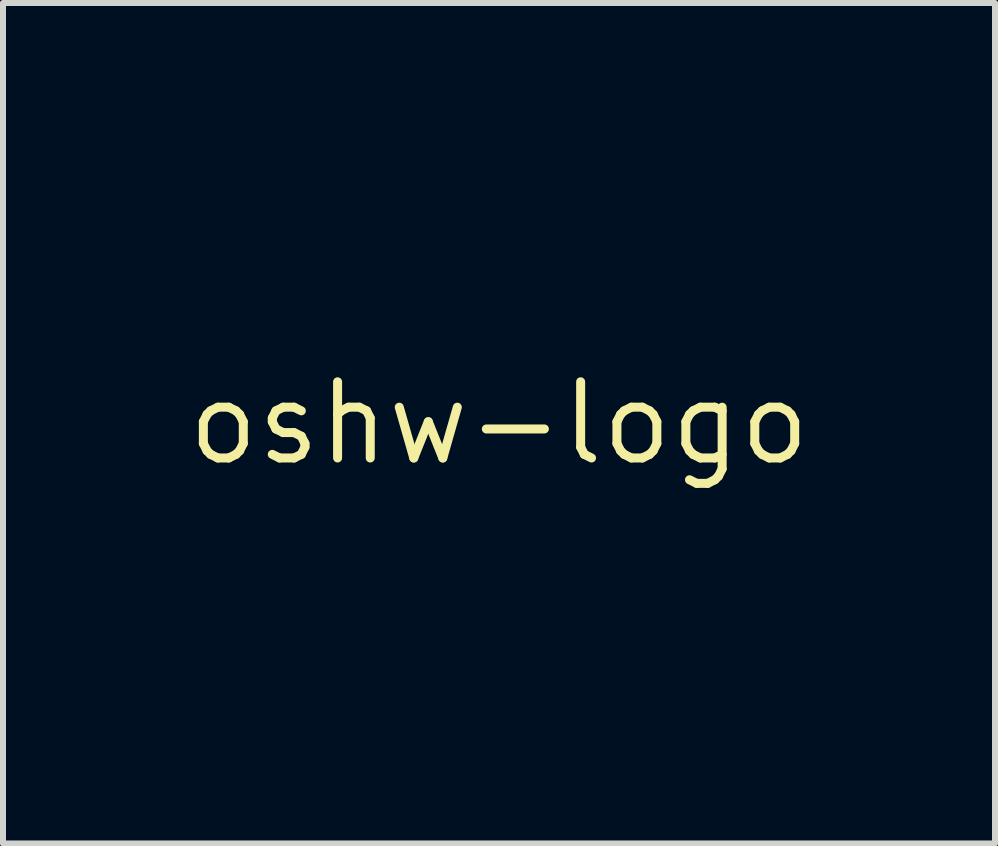
<source format=kicad_pcb>
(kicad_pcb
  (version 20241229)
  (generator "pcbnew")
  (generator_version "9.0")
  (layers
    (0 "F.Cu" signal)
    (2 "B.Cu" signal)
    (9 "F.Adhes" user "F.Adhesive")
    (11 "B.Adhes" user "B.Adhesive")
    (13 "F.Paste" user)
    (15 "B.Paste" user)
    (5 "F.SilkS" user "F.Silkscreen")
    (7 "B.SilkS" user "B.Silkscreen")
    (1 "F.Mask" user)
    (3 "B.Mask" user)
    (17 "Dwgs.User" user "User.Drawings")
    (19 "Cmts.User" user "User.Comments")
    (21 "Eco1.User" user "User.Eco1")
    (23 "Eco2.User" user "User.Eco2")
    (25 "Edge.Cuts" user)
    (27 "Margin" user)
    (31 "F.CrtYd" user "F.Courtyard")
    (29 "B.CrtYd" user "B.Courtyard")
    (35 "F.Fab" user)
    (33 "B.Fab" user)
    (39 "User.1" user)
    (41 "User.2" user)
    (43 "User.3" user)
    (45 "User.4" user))
  (footprint "oshw-logo"
    (layer "F.Cu")
    (at 5.269 4.005)
    (property "Reference" "oshw-logo" (at 0 0 0) (layer "F.SilkS") (effects (font (size 1.27 1.27) (thickness 0.15))))
    (attr through_hole)
    (fp_poly (pts (xy 2.151 3.189) (xy 2.203 3.201) (xy 2.252 3.223) (xy 2.256 3.225) (xy 2.272 3.237) (xy 2.283 3.246) (xy 2.286 3.25) (xy 2.282 3.257) (xy 2.272 3.271) (xy 2.257 3.29) (xy 2.239 3.311) (xy 2.22 3.334) (xy 2.202 3.354) (xy 2.186 3.371) (xy 2.176 3.382) (xy 2.172 3.385) (xy 2.164 3.382) (xy 2.149 3.374) (xy 2.137 3.368) (xy 2.121 3.359) (xy 2.105 3.355) (xy 2.087 3.353) (xy 2.061 3.354) (xy 2.058 3.354) (xy 2.03 3.356) (xy 2.011 3.359) (xy 1.996 3.365) (xy 1.98 3.375) (xy 1.96 3.393) (xy 1.942 3.415) (xy 1.937 3.423) (xy 1.921 3.451) (xy 1.915 3.991) (xy 1.834 3.993) (xy 1.753 3.995) (xy 1.753 3.194) (xy 1.834 3.195) (xy 1.915 3.197) (xy 1.918 3.271) (xy 1.945 3.248) (xy 1.992 3.218) (xy 2.043 3.198) (xy 2.097 3.188) (xy 2.151 3.189)) (stroke (width 0.01) (type solid)) (fill yes) (layer "F.Mask"))
    (fp_poly (pts (xy 2.342 1.933) (xy 2.388 1.943) (xy 2.434 1.961) (xy 2.465 1.978) (xy 2.489 1.994) (xy 2.431 2.064) (xy 2.41 2.089) (xy 2.393 2.11) (xy 2.379 2.125) (xy 2.372 2.133) (xy 2.372 2.134) (xy 2.366 2.131) (xy 2.352 2.123) (xy 2.339 2.116) (xy 2.319 2.106) (xy 2.3 2.101) (xy 2.276 2.099) (xy 2.264 2.099) (xy 2.219 2.104) (xy 2.183 2.118) (xy 2.154 2.142) (xy 2.131 2.177) (xy 2.128 2.184) (xy 2.125 2.192) (xy 2.122 2.2) (xy 2.12 2.21) (xy 2.118 2.223) (xy 2.117 2.24) (xy 2.116 2.263) (xy 2.115 2.293) (xy 2.115 2.331) (xy 2.115 2.378) (xy 2.115 2.436) (xy 2.115 2.475) (xy 2.115 2.737) (xy 1.949 2.737) (xy 1.949 1.943) (xy 2.115 1.943) (xy 2.115 2.021) (xy 2.141 1.997) (xy 2.18 1.969) (xy 2.227 1.948) (xy 2.278 1.935) (xy 2.327 1.932) (xy 2.342 1.933)) (stroke (width 0.01) (type solid)) (fill yes) (layer "F.Mask"))
    (fp_poly (pts (xy -1.058 3.191) (xy -1.035 3.192) (xy -1.018 3.195) (xy -1.002 3.2) (xy -0.984 3.208) (xy -0.977 3.211) (xy -0.953 3.223) (xy -0.937 3.233) (xy -0.929 3.242) (xy -0.928 3.254) (xy -0.936 3.268) (xy -0.951 3.289) (xy -0.975 3.317) (xy -0.978 3.321) (xy -1.036 3.39) (xy -1.062 3.373) (xy -1.088 3.361) (xy -1.122 3.354) (xy -1.157 3.353) (xy -1.19 3.357) (xy -1.197 3.359) (xy -1.228 3.375) (xy -1.255 3.4) (xy -1.277 3.431) (xy -1.279 3.435) (xy -1.282 3.443) (xy -1.285 3.451) (xy -1.287 3.461) (xy -1.289 3.474) (xy -1.29 3.491) (xy -1.291 3.514) (xy -1.292 3.543) (xy -1.293 3.581) (xy -1.293 3.628) (xy -1.294 3.686) (xy -1.294 3.729) (xy -1.296 3.994) (xy -1.46 3.994) (xy -1.46 3.194) (xy -1.295 3.194) (xy -1.295 3.278) (xy -1.263 3.249) (xy -1.232 3.225) (xy -1.2 3.208) (xy -1.165 3.197) (xy -1.122 3.192) (xy -1.089 3.191) (xy -1.058 3.191)) (stroke (width 0.01) (type solid)) (fill yes) (layer "F.Mask"))
    (fp_poly (pts (xy -1.047 1.942) (xy -0.999 1.961) (xy -0.954 1.989) (xy -0.915 2.025) (xy -0.884 2.069) (xy -0.88 2.079) (xy -0.872 2.095) (xy -0.865 2.112) (xy -0.86 2.13) (xy -0.855 2.15) (xy -0.852 2.174) (xy -0.849 2.203) (xy -0.848 2.238) (xy -0.846 2.281) (xy -0.845 2.332) (xy -0.845 2.394) (xy -0.845 2.466) (xy -0.845 2.478) (xy -0.845 2.737) (xy -1.01 2.737) (xy -1.01 2.494) (xy -1.01 2.424) (xy -1.01 2.366) (xy -1.011 2.317) (xy -1.013 2.278) (xy -1.015 2.247) (xy -1.018 2.221) (xy -1.022 2.201) (xy -1.027 2.185) (xy -1.034 2.172) (xy -1.042 2.16) (xy -1.047 2.153) (xy -1.077 2.124) (xy -1.112 2.106) (xy -1.153 2.099) (xy -1.165 2.099) (xy -1.211 2.104) (xy -1.25 2.119) (xy -1.281 2.145) (xy -1.304 2.179) (xy -1.314 2.207) (xy -1.316 2.221) (xy -1.317 2.248) (xy -1.319 2.287) (xy -1.32 2.337) (xy -1.321 2.399) (xy -1.321 2.473) (xy -1.321 2.484) (xy -1.321 2.737) (xy -1.486 2.737) (xy -1.486 1.943) (xy -1.321 1.943) (xy -1.321 2.021) (xy -1.295 1.997) (xy -1.251 1.965) (xy -1.202 1.945) (xy -1.151 1.934) (xy -1.099 1.933) (xy -1.047 1.942)) (stroke (width 0.01) (type solid)) (fill yes) (layer "F.Mask"))
    (fp_poly (pts (xy 1.303 2.205) (xy 1.304 2.273) (xy 1.304 2.33) (xy 1.305 2.376) (xy 1.306 2.414) (xy 1.308 2.444) (xy 1.311 2.467) (xy 1.314 2.485) (xy 1.319 2.5) (xy 1.325 2.511) (xy 1.333 2.522) (xy 1.342 2.532) (xy 1.351 2.541) (xy 1.381 2.564) (xy 1.417 2.578) (xy 1.456 2.583) (xy 1.496 2.579) (xy 1.532 2.567) (xy 1.564 2.546) (xy 1.581 2.527) (xy 1.589 2.516) (xy 1.595 2.504) (xy 1.6 2.492) (xy 1.604 2.476) (xy 1.607 2.457) (xy 1.609 2.432) (xy 1.611 2.4) (xy 1.612 2.361) (xy 1.613 2.313) (xy 1.613 2.255) (xy 1.613 2.196) (xy 1.613 1.943) (xy 1.778 1.943) (xy 1.778 2.737) (xy 1.613 2.737) (xy 1.613 2.659) (xy 1.588 2.682) (xy 1.544 2.713) (xy 1.493 2.735) (xy 1.439 2.747) (xy 1.384 2.747) (xy 1.341 2.74) (xy 1.286 2.719) (xy 1.238 2.688) (xy 1.198 2.647) (xy 1.167 2.597) (xy 1.154 2.566) (xy 1.151 2.557) (xy 1.148 2.548) (xy 1.146 2.537) (xy 1.144 2.524) (xy 1.143 2.506) (xy 1.142 2.483) (xy 1.141 2.454) (xy 1.14 2.417) (xy 1.139 2.371) (xy 1.139 2.316) (xy 1.138 2.248) (xy 1.138 2.237) (xy 1.136 1.943) (xy 1.301 1.943) (xy 1.303 2.205)) (stroke (width 0.01) (type solid)) (fill yes) (layer "F.Mask"))
    (fp_poly (pts (xy -1.902 1.936) (xy -1.847 1.948) (xy -1.794 1.969) (xy -1.745 2) (xy -1.703 2.039) (xy -1.668 2.086) (xy -1.658 2.104) (xy -1.643 2.137) (xy -1.632 2.17) (xy -1.625 2.204) (xy -1.621 2.243) (xy -1.619 2.291) (xy -1.619 2.31) (xy -1.619 2.4) (xy -2.116 2.4) (xy -2.111 2.427) (xy -2.099 2.479) (xy -2.079 2.521) (xy -2.051 2.553) (xy -2.014 2.576) (xy -1.97 2.588) (xy -1.925 2.592) (xy -1.871 2.585) (xy -1.82 2.567) (xy -1.782 2.543) (xy -1.763 2.53) (xy -1.749 2.525) (xy -1.745 2.525) (xy -1.737 2.531) (xy -1.722 2.543) (xy -1.701 2.56) (xy -1.684 2.575) (xy -1.631 2.619) (xy -1.668 2.653) (xy -1.72 2.692) (xy -1.779 2.722) (xy -1.844 2.74) (xy -1.912 2.748) (xy -1.982 2.745) (xy -1.998 2.743) (xy -2.062 2.726) (xy -2.117 2.7) (xy -2.164 2.665) (xy -2.203 2.62) (xy -2.234 2.566) (xy -2.256 2.502) (xy -2.27 2.43) (xy -2.275 2.348) (xy -2.275 2.343) (xy -2.271 2.267) (xy -2.115 2.267) (xy -1.783 2.267) (xy -1.786 2.236) (xy -1.796 2.196) (xy -1.814 2.16) (xy -1.839 2.129) (xy -1.868 2.106) (xy -1.892 2.095) (xy -1.923 2.09) (xy -1.958 2.09) (xy -1.991 2.094) (xy -2.016 2.101) (xy -2.05 2.123) (xy -2.078 2.155) (xy -2.099 2.195) (xy -2.111 2.24) (xy -2.115 2.267) (xy -2.271 2.267) (xy -2.271 2.263) (xy -2.26 2.193) (xy -2.24 2.131) (xy -2.212 2.077) (xy -2.176 2.03) (xy -2.168 2.023) (xy -2.122 1.985) (xy -2.071 1.957) (xy -2.016 1.94) (xy -1.959 1.933) (xy -1.902 1.936)) (stroke (width 0.01) (type solid)) (fill yes) (layer "F.Mask"))
    (fp_poly (pts (xy 2.685 3.194) (xy 2.744 3.211) (xy 2.798 3.238) (xy 2.846 3.276) (xy 2.885 3.321) (xy 2.916 3.375) (xy 2.937 3.436) (xy 2.937 3.437) (xy 2.942 3.466) (xy 2.945 3.505) (xy 2.946 3.553) (xy 2.946 3.567) (xy 2.946 3.658) (xy 2.45 3.658) (xy 2.455 3.688) (xy 2.467 3.736) (xy 2.488 3.776) (xy 2.519 3.808) (xy 2.55 3.828) (xy 2.568 3.836) (xy 2.586 3.841) (xy 2.607 3.844) (xy 2.635 3.844) (xy 2.688 3.84) (xy 2.734 3.827) (xy 2.774 3.804) (xy 2.787 3.794) (xy 2.813 3.771) (xy 2.863 3.812) (xy 2.891 3.835) (xy 2.909 3.852) (xy 2.92 3.864) (xy 2.923 3.874) (xy 2.919 3.884) (xy 2.909 3.894) (xy 2.894 3.909) (xy 2.848 3.944) (xy 2.793 3.973) (xy 2.74 3.991) (xy 2.709 3.996) (xy 2.671 3.999) (xy 2.628 4) (xy 2.588 3.998) (xy 2.553 3.994) (xy 2.542 3.991) (xy 2.489 3.973) (xy 2.439 3.945) (xy 2.394 3.911) (xy 2.359 3.87) (xy 2.348 3.853) (xy 2.324 3.803) (xy 2.306 3.744) (xy 2.294 3.679) (xy 2.289 3.61) (xy 2.292 3.542) (xy 2.293 3.532) (xy 2.295 3.518) (xy 2.451 3.518) (xy 2.783 3.518) (xy 2.779 3.488) (xy 2.77 3.451) (xy 2.754 3.417) (xy 2.734 3.387) (xy 2.717 3.372) (xy 2.68 3.353) (xy 2.638 3.343) (xy 2.595 3.343) (xy 2.555 3.353) (xy 2.538 3.36) (xy 2.507 3.384) (xy 2.483 3.415) (xy 2.465 3.455) (xy 2.455 3.497) (xy 2.451 3.518) (xy 2.295 3.518) (xy 2.304 3.46) (xy 2.321 3.397) (xy 2.346 3.344) (xy 2.378 3.298) (xy 2.404 3.271) (xy 2.448 3.235) (xy 2.492 3.211) (xy 2.541 3.195) (xy 2.597 3.188) (xy 2.621 3.188) (xy 2.685 3.194)) (stroke (width 0.01) (type solid)) (fill yes) (layer "F.Mask"))
    (fp_poly (pts (xy 2.868 1.934) (xy 2.913 1.944) (xy 2.958 1.958) (xy 2.988 1.971) (xy 3.008 1.983) (xy 3.031 1.998) (xy 3.055 2.016) (xy 3.077 2.034) (xy 3.096 2.05) (xy 3.108 2.063) (xy 3.111 2.07) (xy 3.107 2.076) (xy 3.095 2.089) (xy 3.077 2.106) (xy 3.055 2.126) (xy 3.054 2.127) (xy 2.996 2.179) (xy 2.968 2.152) (xy 2.935 2.127) (xy 2.903 2.11) (xy 2.867 2.101) (xy 2.825 2.099) (xy 2.796 2.099) (xy 2.776 2.102) (xy 2.758 2.107) (xy 2.738 2.116) (xy 2.733 2.118) (xy 2.699 2.14) (xy 2.672 2.167) (xy 2.653 2.201) (xy 2.64 2.243) (xy 2.634 2.294) (xy 2.632 2.34) (xy 2.635 2.4) (xy 2.643 2.449) (xy 2.658 2.489) (xy 2.679 2.521) (xy 2.707 2.547) (xy 2.732 2.562) (xy 2.781 2.579) (xy 2.83 2.584) (xy 2.878 2.577) (xy 2.924 2.559) (xy 2.964 2.53) (xy 2.996 2.502) (xy 3.054 2.554) (xy 3.076 2.574) (xy 3.094 2.591) (xy 3.107 2.604) (xy 3.111 2.61) (xy 3.111 2.61) (xy 3.107 2.619) (xy 3.093 2.632) (xy 3.074 2.649) (xy 3.052 2.667) (xy 3.028 2.685) (xy 3.005 2.7) (xy 2.992 2.707) (xy 2.93 2.733) (xy 2.865 2.746) (xy 2.797 2.747) (xy 2.743 2.74) (xy 2.682 2.72) (xy 2.626 2.691) (xy 2.577 2.652) (xy 2.537 2.605) (xy 2.513 2.564) (xy 2.488 2.503) (xy 2.473 2.436) (xy 2.466 2.366) (xy 2.467 2.295) (xy 2.476 2.226) (xy 2.494 2.161) (xy 2.52 2.103) (xy 2.53 2.086) (xy 2.556 2.052) (xy 2.59 2.019) (xy 2.627 1.989) (xy 2.663 1.968) (xy 2.664 1.967) (xy 2.698 1.954) (xy 2.739 1.943) (xy 2.78 1.935) (xy 2.818 1.931) (xy 2.828 1.931) (xy 2.868 1.934)) (stroke (width 0.01) (type solid)) (fill yes) (layer "F.Mask"))
    (fp_poly (pts (xy 3.532 1.936) (xy 3.589 1.951) (xy 3.644 1.976) (xy 3.694 2.011) (xy 3.712 2.028) (xy 3.746 2.067) (xy 3.771 2.108) (xy 3.79 2.155) (xy 3.802 2.208) (xy 3.809 2.271) (xy 3.81 2.319) (xy 3.81 2.4) (xy 3.313 2.4) (xy 3.317 2.433) (xy 3.326 2.473) (xy 3.343 2.51) (xy 3.367 2.542) (xy 3.383 2.557) (xy 3.413 2.575) (xy 3.446 2.586) (xy 3.486 2.591) (xy 3.505 2.592) (xy 3.555 2.586) (xy 3.602 2.57) (xy 3.645 2.543) (xy 3.677 2.52) (xy 3.713 2.549) (xy 3.742 2.574) (xy 3.763 2.591) (xy 3.777 2.604) (xy 3.784 2.613) (xy 3.787 2.619) (xy 3.787 2.625) (xy 3.785 2.628) (xy 3.774 2.641) (xy 3.755 2.657) (xy 3.731 2.676) (xy 3.704 2.693) (xy 3.677 2.709) (xy 3.654 2.72) (xy 3.653 2.721) (xy 3.591 2.739) (xy 3.524 2.748) (xy 3.458 2.746) (xy 3.419 2.74) (xy 3.356 2.721) (xy 3.302 2.694) (xy 3.256 2.657) (xy 3.218 2.611) (xy 3.189 2.555) (xy 3.166 2.489) (xy 3.165 2.486) (xy 3.159 2.452) (xy 3.154 2.408) (xy 3.153 2.36) (xy 3.153 2.31) (xy 3.156 2.267) (xy 3.313 2.267) (xy 3.646 2.267) (xy 3.642 2.237) (xy 3.629 2.189) (xy 3.608 2.15) (xy 3.579 2.12) (xy 3.542 2.1) (xy 3.498 2.09) (xy 3.478 2.089) (xy 3.432 2.095) (xy 3.393 2.111) (xy 3.361 2.137) (xy 3.337 2.173) (xy 3.321 2.218) (xy 3.318 2.237) (xy 3.313 2.267) (xy 3.156 2.267) (xy 3.156 2.261) (xy 3.161 2.219) (xy 3.167 2.19) (xy 3.189 2.128) (xy 3.217 2.075) (xy 3.253 2.03) (xy 3.26 2.022) (xy 3.307 1.984) (xy 3.359 1.956) (xy 3.415 1.939) (xy 3.474 1.932) (xy 3.532 1.936)) (stroke (width 0.01) (type solid)) (fill yes) (layer "F.Mask"))
    (fp_poly (pts (xy 0.711 1.934) (xy 0.774 1.945) (xy 0.829 1.966) (xy 0.878 1.996) (xy 0.92 2.036) (xy 0.946 2.068) (xy 0.967 2.101) (xy 0.982 2.138) (xy 0.993 2.179) (xy 1 2.229) (xy 1.004 2.287) (xy 1.005 2.343) (xy 1.004 2.41) (xy 0.999 2.466) (xy 0.991 2.513) (xy 0.979 2.554) (xy 0.962 2.59) (xy 0.94 2.622) (xy 0.912 2.653) (xy 0.904 2.661) (xy 0.856 2.699) (xy 0.801 2.726) (xy 0.741 2.744) (xy 0.679 2.75) (xy 0.615 2.744) (xy 0.596 2.74) (xy 0.536 2.719) (xy 0.483 2.688) (xy 0.437 2.647) (xy 0.4 2.598) (xy 0.373 2.542) (xy 0.364 2.514) (xy 0.359 2.488) (xy 0.355 2.453) (xy 0.353 2.411) (xy 0.352 2.364) (xy 0.352 2.316) (xy 0.352 2.312) (xy 0.515 2.312) (xy 0.515 2.362) (xy 0.517 2.4) (xy 0.518 2.429) (xy 0.52 2.45) (xy 0.523 2.466) (xy 0.527 2.48) (xy 0.533 2.494) (xy 0.534 2.496) (xy 0.558 2.533) (xy 0.589 2.56) (xy 0.627 2.576) (xy 0.672 2.582) (xy 0.687 2.582) (xy 0.718 2.579) (xy 0.744 2.57) (xy 0.763 2.561) (xy 0.794 2.537) (xy 0.817 2.504) (xy 0.833 2.463) (xy 0.838 2.435) (xy 0.843 2.387) (xy 0.844 2.337) (xy 0.842 2.289) (xy 0.837 2.244) (xy 0.83 2.206) (xy 0.82 2.179) (xy 0.796 2.146) (xy 0.766 2.122) (xy 0.73 2.105) (xy 0.691 2.098) (xy 0.652 2.099) (xy 0.614 2.109) (xy 0.58 2.128) (xy 0.552 2.156) (xy 0.548 2.161) (xy 0.535 2.183) (xy 0.526 2.207) (xy 0.52 2.235) (xy 0.516 2.269) (xy 0.515 2.312) (xy 0.352 2.312) (xy 0.353 2.27) (xy 0.355 2.227) (xy 0.359 2.192) (xy 0.364 2.166) (xy 0.364 2.166) (xy 0.386 2.108) (xy 0.418 2.057) (xy 0.459 2.013) (xy 0.507 1.978) (xy 0.561 1.952) (xy 0.62 1.936) (xy 0.682 1.932) (xy 0.711 1.934)) (stroke (width 0.01) (type solid)) (fill yes) (layer "F.Mask"))
    (fp_poly (pts (xy -3.443 1.934) (xy -3.384 1.945) (xy -3.327 1.968) (xy -3.276 2) (xy -3.246 2.028) (xy -3.208 2.075) (xy -3.18 2.126) (xy -3.163 2.179) (xy -3.162 2.181) (xy -3.158 2.212) (xy -3.154 2.252) (xy -3.152 2.297) (xy -3.151 2.344) (xy -3.152 2.389) (xy -3.154 2.428) (xy -3.155 2.445) (xy -3.164 2.5) (xy -3.177 2.546) (xy -3.195 2.586) (xy -3.216 2.619) (xy -3.259 2.667) (xy -3.309 2.704) (xy -3.365 2.73) (xy -3.425 2.745) (xy -3.49 2.749) (xy -3.557 2.741) (xy -3.561 2.74) (xy -3.615 2.722) (xy -3.666 2.694) (xy -3.711 2.656) (xy -3.749 2.612) (xy -3.777 2.563) (xy -3.785 2.543) (xy -3.795 2.504) (xy -3.803 2.454) (xy -3.807 2.399) (xy -3.808 2.378) (xy -3.644 2.378) (xy -3.64 2.432) (xy -3.631 2.476) (xy -3.616 2.512) (xy -3.596 2.539) (xy -3.57 2.56) (xy -3.537 2.575) (xy -3.535 2.576) (xy -3.5 2.582) (xy -3.461 2.581) (xy -3.423 2.574) (xy -3.399 2.564) (xy -3.371 2.546) (xy -3.35 2.522) (xy -3.334 2.491) (xy -3.323 2.451) (xy -3.317 2.402) (xy -3.316 2.343) (xy -3.316 2.312) (xy -3.32 2.26) (xy -3.325 2.218) (xy -3.335 2.185) (xy -3.348 2.16) (xy -3.367 2.139) (xy -3.391 2.122) (xy -3.4 2.117) (xy -3.42 2.107) (xy -3.438 2.102) (xy -3.461 2.099) (xy -3.48 2.099) (xy -3.508 2.1) (xy -3.528 2.103) (xy -3.547 2.11) (xy -3.56 2.117) (xy -3.586 2.134) (xy -3.606 2.153) (xy -3.621 2.177) (xy -3.632 2.208) (xy -3.639 2.246) (xy -3.643 2.295) (xy -3.643 2.312) (xy -3.644 2.378) (xy -3.808 2.378) (xy -3.809 2.34) (xy -3.808 2.296) (xy -3.805 2.248) (xy -3.801 2.211) (xy -3.796 2.181) (xy -3.79 2.154) (xy -3.78 2.129) (xy -3.769 2.104) (xy -3.746 2.067) (xy -3.715 2.03) (xy -3.679 1.997) (xy -3.642 1.971) (xy -3.628 1.964) (xy -3.568 1.943) (xy -3.505 1.933) (xy -3.443 1.934)) (stroke (width 0.01) (type solid)) (fill yes) (layer "F.Mask"))
    (fp_poly (pts (xy -0.279 3.994) (xy -0.445 3.994) (xy -0.445 3.917) (xy -0.462 3.93) (xy -0.508 3.962) (xy -0.552 3.984) (xy -0.596 3.996) (xy -0.645 4) (xy -0.653 4) (xy -0.681 3.999) (xy -0.707 3.996) (xy -0.727 3.992) (xy -0.727 3.992) (xy -0.781 3.968) (xy -0.828 3.935) (xy -0.865 3.894) (xy -0.893 3.844) (xy -0.909 3.794) (xy -0.912 3.773) (xy -0.914 3.742) (xy -0.916 3.703) (xy -0.917 3.658) (xy -0.918 3.611) (xy -0.918 3.594) (xy -0.756 3.594) (xy -0.754 3.653) (xy -0.749 3.702) (xy -0.739 3.741) (xy -0.726 3.773) (xy -0.707 3.798) (xy -0.701 3.805) (xy -0.683 3.819) (xy -0.664 3.828) (xy -0.641 3.833) (xy -0.61 3.835) (xy -0.603 3.835) (xy -0.567 3.833) (xy -0.539 3.827) (xy -0.529 3.823) (xy -0.501 3.804) (xy -0.477 3.775) (xy -0.46 3.739) (xy -0.456 3.726) (xy -0.452 3.703) (xy -0.45 3.669) (xy -0.448 3.627) (xy -0.448 3.594) (xy -0.448 3.543) (xy -0.451 3.502) (xy -0.456 3.469) (xy -0.463 3.443) (xy -0.473 3.42) (xy -0.484 3.403) (xy -0.507 3.378) (xy -0.537 3.362) (xy -0.575 3.354) (xy -0.601 3.353) (xy -0.636 3.354) (xy -0.663 3.36) (xy -0.684 3.37) (xy -0.701 3.383) (xy -0.721 3.407) (xy -0.736 3.437) (xy -0.746 3.474) (xy -0.753 3.519) (xy -0.755 3.575) (xy -0.756 3.594) (xy -0.918 3.594) (xy -0.918 3.562) (xy -0.917 3.515) (xy -0.915 3.472) (xy -0.914 3.435) (xy -0.911 3.407) (xy -0.909 3.394) (xy -0.89 3.338) (xy -0.861 3.29) (xy -0.823 3.249) (xy -0.775 3.217) (xy -0.764 3.211) (xy -0.744 3.202) (xy -0.727 3.196) (xy -0.71 3.193) (xy -0.689 3.191) (xy -0.66 3.191) (xy -0.651 3.191) (xy -0.618 3.191) (xy -0.595 3.193) (xy -0.577 3.196) (xy -0.561 3.201) (xy -0.546 3.207) (xy -0.521 3.221) (xy -0.494 3.238) (xy -0.478 3.25) (xy -0.445 3.277) (xy -0.445 2.877) (xy -0.279 2.877) (xy -0.279 3.994)) (stroke (width 0.01) (type solid)) (fill yes) (layer "F.Mask"))
    (fp_poly (pts (xy 0.047 3.469) (xy 0.063 3.525) (xy 0.077 3.578) (xy 0.09 3.626) (xy 0.102 3.668) (xy 0.111 3.701) (xy 0.118 3.726) (xy 0.123 3.741) (xy 0.124 3.745) (xy 0.127 3.741) (xy 0.132 3.727) (xy 0.139 3.706) (xy 0.142 3.698) (xy 0.148 3.68) (xy 0.157 3.652) (xy 0.168 3.616) (xy 0.183 3.572) (xy 0.198 3.524) (xy 0.215 3.472) (xy 0.232 3.421) (xy 0.305 3.194) (xy 0.423 3.194) (xy 0.512 3.467) (xy 0.53 3.523) (xy 0.547 3.576) (xy 0.563 3.623) (xy 0.576 3.664) (xy 0.587 3.697) (xy 0.596 3.722) (xy 0.601 3.736) (xy 0.603 3.74) (xy 0.606 3.734) (xy 0.611 3.717) (xy 0.619 3.691) (xy 0.629 3.656) (xy 0.64 3.614) (xy 0.654 3.566) (xy 0.668 3.514) (xy 0.673 3.497) (xy 0.687 3.443) (xy 0.702 3.391) (xy 0.715 3.343) (xy 0.726 3.301) (xy 0.736 3.267) (xy 0.743 3.241) (xy 0.747 3.226) (xy 0.747 3.224) (xy 0.756 3.194) (xy 0.842 3.194) (xy 0.873 3.194) (xy 0.899 3.195) (xy 0.918 3.197) (xy 0.927 3.198) (xy 0.927 3.199) (xy 0.925 3.206) (xy 0.92 3.223) (xy 0.911 3.251) (xy 0.899 3.288) (xy 0.885 3.333) (xy 0.869 3.385) (xy 0.85 3.443) (xy 0.83 3.506) (xy 0.809 3.572) (xy 0.801 3.597) (xy 0.675 3.991) (xy 0.602 3.993) (xy 0.53 3.995) (xy 0.448 3.718) (xy 0.431 3.662) (xy 0.415 3.609) (xy 0.401 3.562) (xy 0.388 3.521) (xy 0.378 3.487) (xy 0.37 3.463) (xy 0.365 3.448) (xy 0.364 3.444) (xy 0.362 3.45) (xy 0.356 3.468) (xy 0.348 3.495) (xy 0.337 3.53) (xy 0.324 3.573) (xy 0.309 3.621) (xy 0.293 3.675) (xy 0.28 3.719) (xy 0.199 3.991) (xy 0.126 3.993) (xy 0.054 3.994) (xy -0.07 3.607) (xy -0.091 3.539) (xy -0.112 3.475) (xy -0.131 3.415) (xy -0.148 3.36) (xy -0.163 3.312) (xy -0.176 3.272) (xy -0.186 3.24) (xy -0.192 3.219) (xy -0.195 3.207) (xy -0.196 3.206) (xy -0.196 3.201) (xy -0.193 3.198) (xy -0.185 3.196) (xy -0.17 3.195) (xy -0.147 3.194) (xy -0.113 3.194) (xy -0.027 3.194) (xy 0.047 3.469)) (stroke (width 0.01) (type solid)) (fill yes) (layer "F.Mask"))
    (fp_poly (pts (xy -1.882 3.192) (xy -1.817 3.203) (xy -1.763 3.222) (xy -1.718 3.248) (xy -1.682 3.283) (xy -1.655 3.325) (xy -1.653 3.329) (xy -1.635 3.369) (xy -1.633 3.681) (xy -1.631 3.994) (xy -1.791 3.994) (xy -1.791 3.923) (xy -1.812 3.946) (xy -1.834 3.966) (xy -1.857 3.98) (xy -1.885 3.989) (xy -1.92 3.995) (xy -1.965 3.998) (xy -1.975 3.998) (xy -2.024 3.998) (xy -2.061 3.996) (xy -2.084 3.992) (xy -2.137 3.971) (xy -2.183 3.942) (xy -2.22 3.907) (xy -2.248 3.866) (xy -2.255 3.85) (xy -2.267 3.806) (xy -2.271 3.758) (xy -2.27 3.748) (xy -2.115 3.748) (xy -2.11 3.78) (xy -2.097 3.805) (xy -2.074 3.824) (xy -2.068 3.827) (xy -2.049 3.836) (xy -2.029 3.842) (xy -2.006 3.845) (xy -1.977 3.846) (xy -1.939 3.846) (xy -1.903 3.844) (xy -1.878 3.841) (xy -1.859 3.837) (xy -1.844 3.831) (xy -1.825 3.818) (xy -1.811 3.799) (xy -1.802 3.774) (xy -1.796 3.739) (xy -1.793 3.716) (xy -1.789 3.658) (xy -1.906 3.658) (xy -1.956 3.658) (xy -1.995 3.659) (xy -2.025 3.662) (xy -2.048 3.666) (xy -2.066 3.672) (xy -2.08 3.681) (xy -2.093 3.692) (xy -2.094 3.693) (xy -2.106 3.707) (xy -2.112 3.72) (xy -2.114 3.738) (xy -2.115 3.748) (xy -2.27 3.748) (xy -2.267 3.71) (xy -2.255 3.667) (xy -2.252 3.66) (xy -2.224 3.615) (xy -2.188 3.577) (xy -2.143 3.549) (xy -2.09 3.531) (xy -2.057 3.524) (xy -2.034 3.522) (xy -2.002 3.52) (xy -1.964 3.519) (xy -1.924 3.518) (xy -1.899 3.518) (xy -1.789 3.518) (xy -1.793 3.46) (xy -1.796 3.424) (xy -1.802 3.399) (xy -1.812 3.381) (xy -1.827 3.367) (xy -1.845 3.356) (xy -1.858 3.351) (xy -1.873 3.347) (xy -1.893 3.345) (xy -1.921 3.344) (xy -1.949 3.344) (xy -1.984 3.344) (xy -2.008 3.345) (xy -2.026 3.347) (xy -2.04 3.35) (xy -2.052 3.356) (xy -2.056 3.358) (xy -2.074 3.369) (xy -2.087 3.381) (xy -2.091 3.385) (xy -2.099 3.395) (xy -2.105 3.397) (xy -2.112 3.394) (xy -2.127 3.384) (xy -2.146 3.37) (xy -2.168 3.353) (xy -2.19 3.336) (xy -2.209 3.321) (xy -2.222 3.309) (xy -2.229 3.302) (xy -2.229 3.301) (xy -2.224 3.292) (xy -2.211 3.278) (xy -2.194 3.262) (xy -2.173 3.245) (xy -2.153 3.231) (xy -2.142 3.224) (xy -2.102 3.207) (xy -2.056 3.195) (xy -2.002 3.189) (xy -1.956 3.188) (xy -1.882 3.192)) (stroke (width 0.01) (type solid)) (fill yes) (layer "F.Mask"))
    (fp_poly (pts (xy 1.327 3.192) (xy 1.392 3.203) (xy 1.447 3.223) (xy 1.492 3.25) (xy 1.51 3.266) (xy 1.525 3.281) (xy 1.538 3.295) (xy 1.548 3.311) (xy 1.557 3.328) (xy 1.564 3.349) (xy 1.569 3.373) (xy 1.574 3.403) (xy 1.577 3.44) (xy 1.579 3.484) (xy 1.58 3.536) (xy 1.581 3.599) (xy 1.581 3.673) (xy 1.581 3.71) (xy 1.581 3.994) (xy 1.416 3.994) (xy 1.416 3.926) (xy 1.389 3.953) (xy 1.363 3.973) (xy 1.333 3.987) (xy 1.297 3.995) (xy 1.252 3.999) (xy 1.219 4) (xy 1.187 3.999) (xy 1.157 3.997) (xy 1.133 3.993) (xy 1.124 3.991) (xy 1.072 3.971) (xy 1.026 3.943) (xy 0.99 3.908) (xy 0.963 3.868) (xy 0.961 3.864) (xy 0.944 3.812) (xy 0.937 3.76) (xy 0.938 3.747) (xy 1.092 3.747) (xy 1.096 3.778) (xy 1.105 3.795) (xy 1.122 3.816) (xy 1.146 3.831) (xy 1.179 3.841) (xy 1.22 3.846) (xy 1.268 3.846) (xy 1.305 3.844) (xy 1.332 3.841) (xy 1.352 3.836) (xy 1.363 3.832) (xy 1.383 3.819) (xy 1.397 3.801) (xy 1.407 3.777) (xy 1.413 3.745) (xy 1.415 3.717) (xy 1.418 3.657) (xy 1.292 3.659) (xy 1.247 3.66) (xy 1.213 3.661) (xy 1.188 3.662) (xy 1.17 3.664) (xy 1.156 3.667) (xy 1.145 3.671) (xy 1.141 3.673) (xy 1.115 3.692) (xy 1.099 3.718) (xy 1.092 3.747) (xy 0.938 3.747) (xy 0.942 3.708) (xy 0.957 3.66) (xy 0.982 3.616) (xy 1.01 3.585) (xy 1.035 3.566) (xy 1.062 3.55) (xy 1.093 3.538) (xy 1.13 3.529) (xy 1.174 3.523) (xy 1.227 3.52) (xy 1.29 3.518) (xy 1.307 3.518) (xy 1.417 3.518) (xy 1.415 3.461) (xy 1.412 3.425) (xy 1.406 3.399) (xy 1.395 3.38) (xy 1.378 3.365) (xy 1.362 3.356) (xy 1.348 3.35) (xy 1.333 3.347) (xy 1.313 3.344) (xy 1.286 3.344) (xy 1.26 3.343) (xy 1.227 3.344) (xy 1.202 3.345) (xy 1.184 3.347) (xy 1.17 3.351) (xy 1.155 3.358) (xy 1.154 3.358) (xy 1.135 3.369) (xy 1.121 3.38) (xy 1.117 3.385) (xy 1.109 3.395) (xy 1.104 3.397) (xy 1.097 3.394) (xy 1.082 3.384) (xy 1.063 3.37) (xy 1.041 3.354) (xy 1.019 3.337) (xy 1 3.322) (xy 0.986 3.31) (xy 0.978 3.303) (xy 0.978 3.302) (xy 0.982 3.296) (xy 0.994 3.283) (xy 1.01 3.267) (xy 1.013 3.264) (xy 1.048 3.236) (xy 1.086 3.214) (xy 1.129 3.2) (xy 1.18 3.191) (xy 1.24 3.188) (xy 1.253 3.188) (xy 1.327 3.192)) (stroke (width 0.01) (type solid)) (fill yes) (layer "F.Mask"))
    (fp_poly (pts (xy -0.01 1.936) (xy 0.034 1.942) (xy 0.065 1.948) (xy 0.107 1.962) (xy 0.149 1.98) (xy 0.188 2.001) (xy 0.219 2.022) (xy 0.222 2.025) (xy 0.244 2.043) (xy 0.194 2.101) (xy 0.175 2.123) (xy 0.159 2.142) (xy 0.147 2.154) (xy 0.142 2.159) (xy 0.142 2.159) (xy 0.136 2.156) (xy 0.123 2.148) (xy 0.11 2.14) (xy 0.064 2.115) (xy 0.016 2.099) (xy -0.038 2.091) (xy -0.049 2.091) (xy -0.099 2.091) (xy -0.139 2.097) (xy -0.169 2.11) (xy -0.189 2.13) (xy -0.2 2.157) (xy -0.202 2.168) (xy -0.202 2.191) (xy -0.198 2.209) (xy -0.187 2.223) (xy -0.168 2.234) (xy -0.141 2.243) (xy -0.105 2.25) (xy -0.057 2.256) (xy -0.034 2.258) (xy 0.004 2.261) (xy 0.041 2.265) (xy 0.072 2.27) (xy 0.096 2.274) (xy 0.105 2.276) (xy 0.152 2.296) (xy 0.193 2.327) (xy 0.225 2.366) (xy 0.248 2.412) (xy 0.252 2.424) (xy 0.258 2.46) (xy 0.26 2.501) (xy 0.256 2.542) (xy 0.248 2.578) (xy 0.243 2.592) (xy 0.217 2.635) (xy 0.18 2.673) (xy 0.134 2.703) (xy 0.079 2.725) (xy 0.017 2.74) (xy -0.047 2.746) (xy -0.078 2.747) (xy -0.106 2.747) (xy -0.127 2.746) (xy -0.137 2.745) (xy -0.194 2.732) (xy -0.253 2.713) (xy -0.279 2.701) (xy -0.3 2.69) (xy -0.325 2.676) (xy -0.351 2.659) (xy -0.376 2.642) (xy -0.397 2.626) (xy -0.412 2.614) (xy -0.419 2.605) (xy -0.419 2.604) (xy -0.415 2.598) (xy -0.403 2.586) (xy -0.387 2.569) (xy -0.367 2.55) (xy -0.347 2.531) (xy -0.329 2.514) (xy -0.32 2.506) (xy -0.313 2.501) (xy -0.306 2.5) (xy -0.297 2.503) (xy -0.283 2.513) (xy -0.265 2.526) (xy -0.228 2.552) (xy -0.193 2.569) (xy -0.156 2.581) (xy -0.114 2.587) (xy -0.078 2.589) (xy -0.031 2.59) (xy 0.007 2.586) (xy 0.036 2.578) (xy 0.06 2.564) (xy 0.076 2.549) (xy 0.089 2.531) (xy 0.094 2.513) (xy 0.095 2.497) (xy 0.093 2.474) (xy 0.086 2.456) (xy 0.073 2.442) (xy 0.053 2.431) (xy 0.024 2.423) (xy -0.016 2.417) (xy -0.06 2.413) (xy -0.116 2.408) (xy -0.16 2.402) (xy -0.197 2.394) (xy -0.227 2.385) (xy -0.252 2.374) (xy -0.272 2.362) (xy -0.311 2.328) (xy -0.341 2.288) (xy -0.36 2.242) (xy -0.368 2.192) (xy -0.365 2.14) (xy -0.358 2.108) (xy -0.338 2.06) (xy -0.308 2.019) (xy -0.268 1.985) (xy -0.218 1.959) (xy -0.181 1.946) (xy -0.147 1.939) (xy -0.105 1.935) (xy -0.058 1.934) (xy -0.01 1.936)) (stroke (width 0.01) (type solid)) (fill yes) (layer "F.Mask"))
    (fp_poly (pts (xy -2.604 1.937) (xy -2.548 1.953) (xy -2.498 1.979) (xy -2.456 2.015) (xy -2.422 2.06) (xy -2.398 2.112) (xy -2.396 2.119) (xy -2.393 2.131) (xy -2.39 2.144) (xy -2.388 2.161) (xy -2.386 2.182) (xy -2.385 2.209) (xy -2.385 2.244) (xy -2.385 2.289) (xy -2.385 2.343) (xy -2.385 2.398) (xy -2.385 2.441) (xy -2.386 2.475) (xy -2.387 2.501) (xy -2.388 2.522) (xy -2.39 2.538) (xy -2.393 2.551) (xy -2.396 2.563) (xy -2.398 2.57) (xy -2.421 2.621) (xy -2.453 2.664) (xy -2.492 2.698) (xy -2.537 2.724) (xy -2.586 2.741) (xy -2.637 2.748) (xy -2.689 2.745) (xy -2.74 2.732) (xy -2.79 2.708) (xy -2.828 2.679) (xy -2.849 2.661) (xy -2.853 2.728) (xy -2.854 2.751) (xy -2.855 2.783) (xy -2.856 2.825) (xy -2.857 2.874) (xy -2.857 2.927) (xy -2.857 2.983) (xy -2.857 3.037) (xy -2.857 3.278) (xy -2.834 3.257) (xy -2.791 3.224) (xy -2.746 3.202) (xy -2.696 3.191) (xy -2.64 3.189) (xy -2.636 3.189) (xy -2.603 3.191) (xy -2.578 3.196) (xy -2.554 3.205) (xy -2.538 3.211) (xy -2.495 3.237) (xy -2.456 3.269) (xy -2.426 3.306) (xy -2.417 3.32) (xy -2.409 3.335) (xy -2.403 3.35) (xy -2.397 3.365) (xy -2.392 3.382) (xy -2.389 3.402) (xy -2.386 3.426) (xy -2.384 3.456) (xy -2.383 3.492) (xy -2.382 3.537) (xy -2.381 3.59) (xy -2.381 3.655) (xy -2.381 3.71) (xy -2.381 3.994) (xy -2.546 3.994) (xy -2.548 3.726) (xy -2.548 3.66) (xy -2.549 3.606) (xy -2.549 3.563) (xy -2.55 3.528) (xy -2.551 3.501) (xy -2.552 3.48) (xy -2.553 3.465) (xy -2.555 3.454) (xy -2.557 3.445) (xy -2.56 3.438) (xy -2.563 3.432) (xy -2.585 3.401) (xy -2.613 3.376) (xy -2.643 3.36) (xy -2.645 3.359) (xy -2.664 3.355) (xy -2.689 3.354) (xy -2.711 3.354) (xy -2.754 3.361) (xy -2.789 3.377) (xy -2.817 3.403) (xy -2.835 3.432) (xy -2.854 3.469) (xy -2.858 3.994) (xy -3.016 3.994) (xy -3.016 2.4) (xy -2.851 2.4) (xy -2.85 2.424) (xy -2.848 2.444) (xy -2.845 2.46) (xy -2.841 2.477) (xy -2.839 2.481) (xy -2.822 2.522) (xy -2.797 2.552) (xy -2.764 2.573) (xy -2.724 2.583) (xy -2.702 2.584) (xy -2.677 2.583) (xy -2.653 2.579) (xy -2.646 2.578) (xy -2.617 2.564) (xy -2.59 2.541) (xy -2.569 2.513) (xy -2.562 2.497) (xy -2.556 2.475) (xy -2.552 2.443) (xy -2.549 2.404) (xy -2.547 2.362) (xy -2.547 2.319) (xy -2.548 2.278) (xy -2.55 2.242) (xy -2.554 2.214) (xy -2.556 2.209) (xy -2.571 2.167) (xy -2.594 2.135) (xy -2.625 2.113) (xy -2.664 2.1) (xy -2.682 2.097) (xy -2.717 2.098) (xy -2.752 2.105) (xy -2.782 2.117) (xy -2.802 2.132) (xy -2.814 2.148) (xy -2.828 2.17) (xy -2.833 2.181) (xy -2.839 2.194) (xy -2.842 2.207) (xy -2.845 2.223) (xy -2.847 2.244) (xy -2.849 2.272) (xy -2.85 2.309) (xy -2.85 2.326) (xy -2.851 2.368) (xy -2.851 2.4) (xy -3.016 2.4) (xy -3.016 1.943) (xy -2.851 1.943) (xy -2.851 2.013) (xy -2.811 1.985) (xy -2.757 1.955) (xy -2.702 1.937) (xy -2.646 1.932) (xy -2.604 1.937)) (stroke (width 0.01) (type solid)) (fill yes) (layer "F.Mask"))
    (fp_poly (pts (xy 0.08 -4) (xy 0.149 -4) (xy 0.207 -4) (xy 0.255 -4) (xy 0.294 -4) (xy 0.325 -3.999) (xy 0.349 -3.998) (xy 0.367 -3.998) (xy 0.381 -3.996) (xy 0.39 -3.995) (xy 0.396 -3.993) (xy 0.4 -3.991) (xy 0.402 -3.989) (xy 0.403 -3.988) (xy 0.406 -3.982) (xy 0.41 -3.967) (xy 0.416 -3.945) (xy 0.423 -3.913) (xy 0.432 -3.872) (xy 0.442 -3.82) (xy 0.454 -3.758) (xy 0.468 -3.685) (xy 0.484 -3.6) (xy 0.485 -3.591) (xy 0.5 -3.511) (xy 0.513 -3.443) (xy 0.524 -3.386) (xy 0.533 -3.338) (xy 0.541 -3.299) (xy 0.547 -3.268) (xy 0.553 -3.244) (xy 0.557 -3.225) (xy 0.561 -3.212) (xy 0.565 -3.202) (xy 0.568 -3.196) (xy 0.572 -3.192) (xy 0.572 -3.191) (xy 0.581 -3.186) (xy 0.6 -3.177) (xy 0.628 -3.164) (xy 0.663 -3.149) (xy 0.704 -3.131) (xy 0.75 -3.112) (xy 0.798 -3.091) (xy 0.848 -3.071) (xy 0.897 -3.05) (xy 0.945 -3.031) (xy 0.991 -3.013) (xy 1.031 -2.997) (xy 1.066 -2.983) (xy 1.093 -2.973) (xy 1.111 -2.967) (xy 1.118 -2.965) (xy 1.134 -2.968) (xy 1.145 -2.973) (xy 1.153 -2.978) (xy 1.17 -2.989) (xy 1.195 -3.006) (xy 1.229 -3.029) (xy 1.269 -3.056) (xy 1.314 -3.087) (xy 1.364 -3.122) (xy 1.418 -3.159) (xy 1.472 -3.195) (xy 1.543 -3.244) (xy 1.605 -3.287) (xy 1.658 -3.322) (xy 1.702 -3.351) (xy 1.737 -3.374) (xy 1.764 -3.391) (xy 1.784 -3.402) (xy 1.796 -3.408) (xy 1.802 -3.41) (xy 1.807 -3.409) (xy 1.814 -3.405) (xy 1.824 -3.397) (xy 1.838 -3.386) (xy 1.856 -3.369) (xy 1.879 -3.348) (xy 1.908 -3.32) (xy 1.943 -3.286) (xy 1.984 -3.245) (xy 2.034 -3.195) (xy 2.091 -3.138) (xy 2.094 -3.135) (xy 2.152 -3.077) (xy 2.201 -3.028) (xy 2.243 -2.986) (xy 2.277 -2.951) (xy 2.305 -2.922) (xy 2.326 -2.899) (xy 2.343 -2.881) (xy 2.355 -2.867) (xy 2.363 -2.856) (xy 2.367 -2.849) (xy 2.369 -2.843) (xy 2.369 -2.843) (xy 2.366 -2.836) (xy 2.359 -2.822) (xy 2.347 -2.802) (xy 2.33 -2.774) (xy 2.307 -2.739) (xy 2.278 -2.695) (xy 2.243 -2.642) (xy 2.2 -2.58) (xy 2.153 -2.51) (xy 2.114 -2.454) (xy 2.077 -2.4) (xy 2.043 -2.349) (xy 2.012 -2.304) (xy 1.986 -2.264) (xy 1.964 -2.231) (xy 1.947 -2.205) (xy 1.937 -2.188) (xy 1.933 -2.181) (xy 1.933 -2.173) (xy 1.937 -2.159) (xy 1.945 -2.137) (xy 1.956 -2.107) (xy 1.972 -2.068) (xy 1.992 -2.019) (xy 2.017 -1.96) (xy 2.045 -1.894) (xy 2.069 -1.838) (xy 2.092 -1.786) (xy 2.113 -1.738) (xy 2.132 -1.695) (xy 2.148 -1.66) (xy 2.161 -1.633) (xy 2.17 -1.615) (xy 2.174 -1.608) (xy 2.178 -1.605) (xy 2.185 -1.602) (xy 2.195 -1.598) (xy 2.21 -1.594) (xy 2.23 -1.589) (xy 2.256 -1.583) (xy 2.29 -1.576) (xy 2.331 -1.568) (xy 2.382 -1.558) (xy 2.444 -1.547) (xy 2.516 -1.533) (xy 2.561 -1.525) (xy 2.646 -1.509) (xy 2.719 -1.495) (xy 2.78 -1.483) (xy 2.831 -1.473) (xy 2.872 -1.464) (xy 2.903 -1.457) (xy 2.926 -1.452) (xy 2.94 -1.447) (xy 2.947 -1.444) (xy 2.947 -1.444) (xy 2.949 -1.442) (xy 2.952 -1.438) (xy 2.953 -1.432) (xy 2.955 -1.423) (xy 2.956 -1.411) (xy 2.957 -1.393) (xy 2.958 -1.37) (xy 2.958 -1.34) (xy 2.959 -1.302) (xy 2.959 -1.255) (xy 2.959 -1.198) (xy 2.959 -1.131) (xy 2.959 -1.053) (xy 2.959 -1.041) (xy 2.959 -0.961) (xy 2.959 -0.893) (xy 2.959 -0.835) (xy 2.959 -0.787) (xy 2.958 -0.748) (xy 2.958 -0.717) (xy 2.957 -0.692) (xy 2.956 -0.674) (xy 2.955 -0.661) (xy 2.954 -0.652) (xy 2.952 -0.646) (xy 2.95 -0.642) (xy 2.947 -0.639) (xy 2.947 -0.638) (xy 2.94 -0.635) (xy 2.927 -0.631) (xy 2.905 -0.625) (xy 2.875 -0.619) (xy 2.835 -0.61) (xy 2.786 -0.6) (xy 2.726 -0.589) (xy 2.655 -0.575) (xy 2.572 -0.56) (xy 2.57 -0.559) (xy 2.503 -0.547) (xy 2.44 -0.535) (xy 2.382 -0.524) (xy 2.329 -0.513) (xy 2.284 -0.504) (xy 2.247 -0.496) (xy 2.219 -0.49) (xy 2.201 -0.486) (xy 2.195 -0.484) (xy 2.19 -0.476) (xy 2.182 -0.458) (xy 2.17 -0.43) (xy 2.155 -0.395) (xy 2.138 -0.354) (xy 2.119 -0.308) (xy 2.099 -0.258) (xy 2.078 -0.207) (xy 2.057 -0.154) (xy 2.037 -0.102) (xy 2.017 -0.053) (xy 2 -0.007) (xy 1.984 0.034) (xy 1.971 0.069) (xy 1.962 0.096) (xy 1.956 0.114) (xy 1.954 0.122) (xy 1.957 0.129) (xy 1.964 0.143) (xy 1.977 0.165) (xy 1.995 0.193) (xy 2.019 0.23) (xy 2.049 0.275) (xy 2.086 0.33) (xy 2.129 0.393) (xy 2.162 0.441) (xy 2.21 0.511) (xy 2.251 0.572) (xy 2.285 0.623) (xy 2.313 0.665) (xy 2.335 0.699) (xy 2.351 0.725) (xy 2.362 0.744) (xy 2.367 0.756) (xy 2.369 0.76) (xy 2.367 0.765) (xy 2.363 0.772) (xy 2.356 0.782) (xy 2.345 0.796) (xy 2.329 0.813) (xy 2.308 0.836) (xy 2.281 0.864) (xy 2.247 0.898) (xy 2.207 0.94) (xy 2.158 0.988) (xy 2.101 1.045) (xy 2.094 1.053) (xy 2.036 1.11) (xy 1.986 1.16) (xy 1.944 1.201) (xy 1.909 1.236) (xy 1.88 1.263) (xy 1.857 1.285) (xy 1.839 1.302) (xy 1.825 1.314) (xy 1.814 1.321) (xy 1.807 1.326) (xy 1.802 1.327) (xy 1.802 1.327) (xy 1.794 1.325) (xy 1.78 1.318) (xy 1.759 1.305) (xy 1.73 1.287) (xy 1.694 1.263) (xy 1.649 1.233) (xy 1.594 1.197) (xy 1.531 1.153) (xy 1.488 1.124) (xy 1.419 1.077) (xy 1.36 1.037) (xy 1.311 1.004) (xy 1.27 0.976) (xy 1.237 0.955) (xy 1.211 0.939) (xy 1.192 0.928) (xy 1.18 0.922) (xy 1.174 0.921) (xy 1.162 0.924) (xy 1.141 0.933) (xy 1.111 0.946) (xy 1.074 0.965) (xy 1.031 0.987) (xy 1.025 0.99) (xy 0.987 1.01) (xy 0.953 1.028) (xy 0.923 1.044) (xy 0.901 1.055) (xy 0.887 1.062) (xy 0.883 1.063) (xy 0.87 1.063) (xy 0.862 1.059) (xy 0.858 1.052) (xy 0.849 1.034) (xy 0.837 1.006) (xy 0.821 0.97) (xy 0.802 0.925) (xy 0.779 0.873) (xy 0.755 0.815) (xy 0.728 0.751) (xy 0.7 0.683) (xy 0.67 0.612) (xy 0.639 0.538) (xy 0.608 0.463) (xy 0.577 0.387) (xy 0.545 0.311) (xy 0.515 0.237) (xy 0.485 0.164) (xy 0.457 0.095) (xy 0.43 0.029) (xy 0.405 -0.031) (xy 0.383 -0.086) (xy 0.364 -0.134) (xy 0.348 -0.175) (xy 0.336 -0.206) (xy 0.328 -0.229) (xy 0.324 -0.24) (xy 0.324 -0.242) (xy 0.325 -0.251) (xy 0.33 -0.26) (xy 0.341 -0.27) (xy 0.36 -0.284) (xy 0.376 -0.295) (xy 0.431 -0.332) (xy 0.476 -0.364) (xy 0.515 -0.394) (xy 0.549 -0.423) (xy 0.577 -0.449) (xy 0.644 -0.524) (xy 0.701 -0.604) (xy 0.747 -0.689) (xy 0.782 -0.778) (xy 0.807 -0.87) (xy 0.821 -0.963) (xy 0.824 -1.057) (xy 0.816 -1.151) (xy 0.798 -1.244) (xy 0.768 -1.335) (xy 0.728 -1.422) (xy 0.678 -1.505) (xy 0.616 -1.583) (xy 0.582 -1.618) (xy 0.533 -1.665) (xy 0.485 -1.704) (xy 0.434 -1.738) (xy 0.407 -1.754) (xy 0.317 -1.798) (xy 0.223 -1.83) (xy 0.126 -1.851) (xy 0.027 -1.86) (xy -0.072 -1.857) (xy -0.171 -1.843) (xy -0.258 -1.819) (xy -0.352 -1.782) (xy -0.438 -1.735) (xy -0.517 -1.679) (xy -0.587 -1.615) (xy -0.649 -1.544) (xy -0.703 -1.467) (xy -0.747 -1.385) (xy -0.781 -1.298) (xy -0.806 -1.208) (xy -0.82 -1.116) (xy -0.824 -1.021) (xy -0.817 -0.926) (xy -0.798 -0.831) (xy -0.767 -0.737) (xy -0.74 -0.676) (xy -0.701 -0.604) (xy -0.655 -0.538) (xy -0.601 -0.475) (xy -0.539 -0.415) (xy -0.467 -0.357) (xy -0.383 -0.299) (xy -0.368 -0.289) (xy -0.346 -0.274) (xy -0.333 -0.263) (xy -0.326 -0.254) (xy -0.324 -0.244) (xy -0.324 -0.242) (xy -0.326 -0.233) (xy -0.333 -0.214) (xy -0.344 -0.185) (xy -0.359 -0.147) (xy -0.377 -0.101) (xy -0.398 -0.049) (xy -0.422 0.01) (xy -0.448 0.074) (xy -0.476 0.143) (xy -0.505 0.214) (xy -0.536 0.288) (xy -0.567 0.364) (xy -0.598 0.44) (xy -0.63 0.516) (xy -0.661 0.59) (xy -0.691 0.662) (xy -0.72 0.731) (xy -0.747 0.796) (xy -0.772 0.856) (xy -0.795 0.91) (xy -0.815 0.957) (xy -0.832 0.996) (xy -0.846 1.027) (xy -0.856 1.048) (xy -0.861 1.058) (xy -0.862 1.059) (xy -0.875 1.064) (xy -0.883 1.064) (xy -0.891 1.06) (xy -0.909 1.051) (xy -0.935 1.037) (xy -0.967 1.021) (xy -1.003 1.002) (xy -1.024 0.99) (xy -1.069 0.967) (xy -1.107 0.948) (xy -1.138 0.933) (xy -1.16 0.924) (xy -1.173 0.921) (xy -1.173 0.921) (xy -1.18 0.923) (xy -1.193 0.929) (xy -1.211 0.939) (xy -1.236 0.955) (xy -1.268 0.976) (xy -1.308 1.002) (xy -1.357 1.035) (xy -1.415 1.074) (xy -1.482 1.12) (xy -1.488 1.124) (xy -1.557 1.171) (xy -1.616 1.212) (xy -1.667 1.246) (xy -1.708 1.273) (xy -1.741 1.294) (xy -1.767 1.31) (xy -1.785 1.321) (xy -1.797 1.326) (xy -1.802 1.327) (xy -1.806 1.326) (xy -1.813 1.322) (xy -1.823 1.315) (xy -1.837 1.304) (xy -1.854 1.288) (xy -1.876 1.267) (xy -1.904 1.241) (xy -1.938 1.207) (xy -1.979 1.167) (xy -2.027 1.119) (xy -2.083 1.063) (xy -2.094 1.052) (xy -2.152 0.995) (xy -2.201 0.945) (xy -2.243 0.903) (xy -2.277 0.867) (xy -2.305 0.839) (xy -2.327 0.815) (xy -2.344 0.797) (xy -2.355 0.783) (xy -2.363 0.773) (xy -2.367 0.765) (xy -2.369 0.76) (xy -2.369 0.76) (xy -2.366 0.753) (xy -2.359 0.738) (xy -2.346 0.716) (xy -2.327 0.687) (xy -2.302 0.649) (xy -2.271 0.603) (xy -2.234 0.547) (xy -2.19 0.482) (xy -2.162 0.442) (xy -2.117 0.376) (xy -2.079 0.32) (xy -2.047 0.273) (xy -2.021 0.234) (xy -2 0.202) (xy -1.984 0.176) (xy -1.972 0.156) (xy -1.963 0.141) (xy -1.958 0.131) (xy -1.956 0.123) (xy -1.956 0.12) (xy -1.958 0.109) (xy -1.965 0.087) (xy -1.975 0.057) (xy -1.989 0.02) (xy -2.005 -0.023) (xy -2.023 -0.07) (xy -2.043 -0.121) (xy -2.064 -0.173) (xy -2.085 -0.225) (xy -2.106 -0.276) (xy -2.126 -0.325) (xy -2.145 -0.37) (xy -2.162 -0.409) (xy -2.177 -0.442) (xy -2.188 -0.466) (xy -2.196 -0.481) (xy -2.199 -0.485) (xy -2.208 -0.488) (xy -2.228 -0.493) (xy -2.258 -0.499) (xy -2.297 -0.508) (xy -2.344 -0.517) (xy -2.398 -0.528) (xy -2.457 -0.539) (xy -2.521 -0.551) (xy -2.574 -0.561) (xy -2.658 -0.577) (xy -2.731 -0.59) (xy -2.791 -0.602) (xy -2.841 -0.612) (xy -2.881 -0.621) (xy -2.911 -0.627) (xy -2.932 -0.633) (xy -2.944 -0.637) (xy -2.947 -0.639) (xy -2.95 -0.641) (xy -2.952 -0.645) (xy -2.953 -0.651) (xy -2.955 -0.66) (xy -2.956 -0.673) (xy -2.957 -0.692) (xy -2.958 -0.716) (xy -2.958 -0.747) (xy -2.959 -0.785) (xy -2.959 -0.833) (xy -2.959 -0.891) (xy -2.959 -0.959) (xy -2.959 -1.039) (xy -2.959 -1.041) (xy -2.959 -1.122) (xy -2.959 -1.19) (xy -2.959 -1.248) (xy -2.959 -1.296) (xy -2.958 -1.335) (xy -2.958 -1.366) (xy -2.957 -1.391) (xy -2.956 -1.409) (xy -2.955 -1.422) (xy -2.954 -1.431) (xy -2.952 -1.437) (xy -2.95 -1.441) (xy -2.947 -1.444) (xy -2.947 -1.444) (xy -2.94 -1.447) (xy -2.926 -1.452) (xy -2.902 -1.457) (xy -2.87 -1.465) (xy -2.827 -1.473) (xy -2.775 -1.484) (xy -2.711 -1.496) (xy -2.636 -1.51) (xy -2.562 -1.524) (xy -2.483 -1.539) (xy -2.416 -1.551) (xy -2.36 -1.562) (xy -2.313 -1.571) (xy -2.275 -1.579) (xy -2.245 -1.585) (xy -2.221 -1.591) (xy -2.204 -1.595) (xy -2.191 -1.599) (xy -2.183 -1.603) (xy -2.177 -1.606) (xy -2.174 -1.608) (xy -2.169 -1.617) (xy -2.16 -1.636) (xy -2.146 -1.664) (xy -2.13 -1.701) (xy -2.11 -1.744) (xy -2.089 -1.792) (xy -2.066 -1.845) (xy -2.045 -1.894) (xy -2.016 -1.962) (xy -1.992 -2.019) (xy -1.972 -2.067) (xy -1.957 -2.105) (xy -1.946 -2.134) (xy -1.938 -2.156) (xy -1.934 -2.171) (xy -1.933 -2.18) (xy -1.933 -2.181) (xy -1.937 -2.189) (xy -1.948 -2.206) (xy -1.965 -2.232) (xy -1.987 -2.266) (xy -2.014 -2.306) (xy -2.044 -2.352) (xy -2.078 -2.402) (xy -2.115 -2.456) (xy -2.153 -2.511) (xy -2.202 -2.583) (xy -2.244 -2.645) (xy -2.28 -2.698) (xy -2.309 -2.742) (xy -2.332 -2.777) (xy -2.349 -2.805) (xy -2.361 -2.825) (xy -2.367 -2.837) (xy -2.369 -2.843) (xy -2.367 -2.848) (xy -2.363 -2.855) (xy -2.356 -2.865) (xy -2.344 -2.879) (xy -2.328 -2.897) (xy -2.306 -2.92) (xy -2.279 -2.949) (xy -2.245 -2.984) (xy -2.204 -3.025) (xy -2.155 -3.074) (xy -2.097 -3.132) (xy -2.094 -3.135) (xy -2.036 -3.193) (xy -1.987 -3.242) (xy -1.945 -3.284) (xy -1.91 -3.318) (xy -1.881 -3.346) (xy -1.858 -3.368) (xy -1.839 -3.384) (xy -1.825 -3.396) (xy -1.815 -3.404) (xy -1.807 -3.408) (xy -1.802 -3.41) (xy -1.802 -3.41) (xy -1.794 -3.408) (xy -1.78 -3.401) (xy -1.759 -3.388) (xy -1.73 -3.37) (xy -1.694 -3.347) (xy -1.649 -3.317) (xy -1.595 -3.28) (xy -1.531 -3.237) (xy -1.513 -3.224) (xy -1.458 -3.186) (xy -1.405 -3.15) (xy -1.355 -3.116) (xy -1.309 -3.084) (xy -1.269 -3.056) (xy -1.235 -3.033) (xy -1.208 -3.015) (xy -1.191 -3.003) (xy -1.189 -3.001) (xy -1.165 -2.986) (xy -1.143 -2.974) (xy -1.127 -2.967) (xy -1.121 -2.965) (xy -1.111 -2.968) (xy -1.091 -2.975) (xy -1.062 -2.985) (xy -1.026 -2.999) (xy -0.984 -3.016) (xy -0.938 -3.034) (xy -0.889 -3.054) (xy -0.839 -3.074) (xy -0.789 -3.095) (xy -0.741 -3.115) (xy -0.696 -3.134) (xy -0.656 -3.151) (xy -0.622 -3.167) (xy -0.596 -3.179) (xy -0.578 -3.187) (xy -0.572 -3.191) (xy -0.569 -3.195) (xy -0.566 -3.201) (xy -0.562 -3.21) (xy -0.558 -3.222) (xy -0.554 -3.239) (xy -0.549 -3.262) (xy -0.542 -3.292) (xy -0.535 -3.329) (xy -0.526 -3.374) (xy -0.515 -3.429) (xy -0.503 -3.495) (xy -0.489 -3.572) (xy -0.485 -3.591) (xy -0.469 -3.678) (xy -0.455 -3.753) (xy -0.442 -3.817) (xy -0.432 -3.869) (xy -0.423 -3.912) (xy -0.416 -3.944) (xy -0.41 -3.968) (xy -0.406 -3.982) (xy -0.403 -3.989) (xy -0.4 -3.991) (xy -0.396 -3.993) (xy -0.39 -3.995) (xy -0.381 -3.996) (xy -0.368 -3.997) (xy -0.35 -3.998) (xy -0.326 -3.999) (xy -0.295 -4) (xy -0.256 -4) (xy -0.209 -4) (xy -0.151 -4) (xy -0.083 -4) (xy -0.003 -4) (xy 0 -4) (xy 0.08 -4)) (stroke (width 0.01) (type solid)) (fill yes) (layer "F.Mask")))
  (gr_rect
    (start -3 -3)
    (end 13.537 11.011)
    (stroke (width 0.1) (type default))
    (fill no)
    (layer "Edge.Cuts")))
</source>
